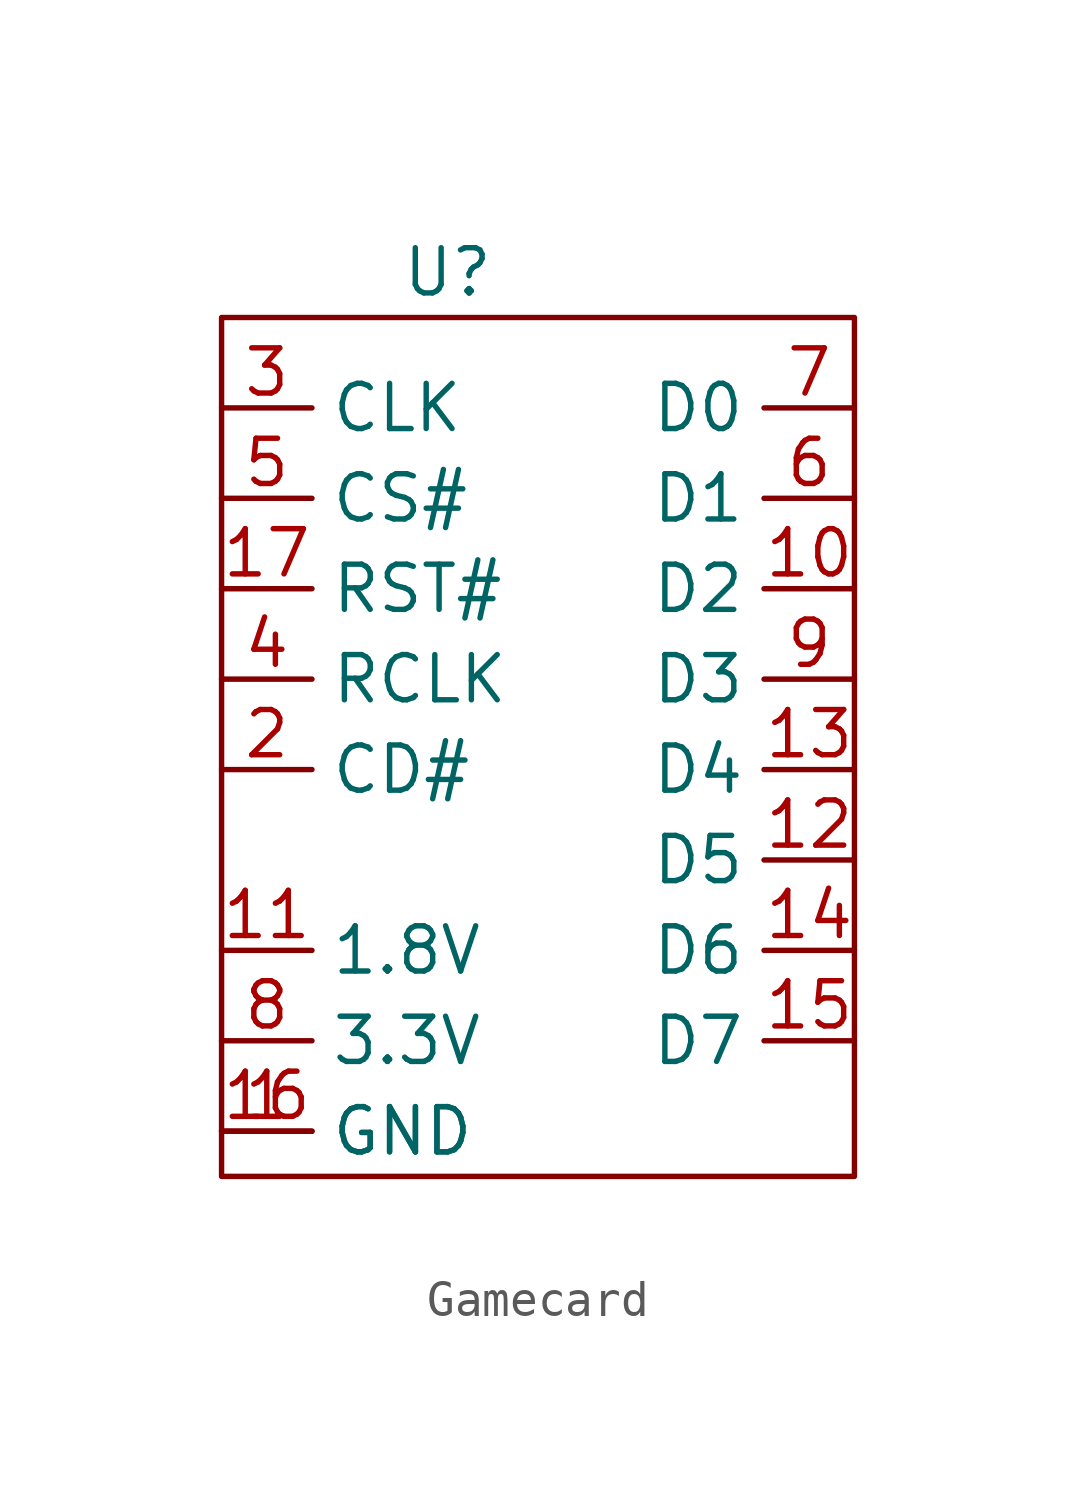
<source format=kicad_sym>
(kicad_symbol_lib
  (version 20220914)
  (generator kicad_symbol_editor)
  (symbol "Gamecard"
    (property "Reference" "U"
      (at -2.54 11.43 0)
      (effects (font (size 1.27 1.27))))
    (symbol "Gamecard_0_1"
      (rectangle (start -8.89 10.16) (end 8.89 -13.97) (stroke (width 0) (type default)) (fill (type none))))
    (symbol "Gamecard_1_1"
      (pin passive line (at -8.89 -12.7 0) (length 2.54) (name "GND" (effects (font (size 1.27 1.27)))) (number "1" (effects (font (size 1.27 1.27)))))
      (pin bidirectional line (at 8.89 2.54 180) (length 2.54) (name "D2" (effects (font (size 1.27 1.27)))) (number "10" (effects (font (size 1.27 1.27)))))
      (pin power_out line (at -8.89 -7.62 0) (length 2.54) (name "1.8V" (effects (font (size 1.27 1.27)))) (number "11" (effects (font (size 1.27 1.27)))))
      (pin bidirectional line (at 8.89 -5.08 180) (length 2.54) (name "D5" (effects (font (size 1.27 1.27)))) (number "12" (effects (font (size 1.27 1.27)))))
      (pin bidirectional line (at 8.89 -2.54 180) (length 2.54) (name "D4" (effects (font (size 1.27 1.27)))) (number "13" (effects (font (size 1.27 1.27)))))
      (pin bidirectional line (at 8.89 -7.62 180) (length 2.54) (name "D6" (effects (font (size 1.27 1.27)))) (number "14" (effects (font (size 1.27 1.27)))))
      (pin bidirectional line (at 8.89 -10.16 180) (length 2.54) (name "D7" (effects (font (size 1.27 1.27)))) (number "15" (effects (font (size 1.27 1.27)))))
      (pin passive line (at -8.89 -12.7 0) (length 2.54) (name "GND" (effects (font (size 1.27 1.27)))) (number "16" (effects (font (size 1.27 1.27)))))
      (pin output line (at -8.89 2.54 0) (length 2.54) (name "RST#" (effects (font (size 1.27 1.27)))) (number "17" (effects (font (size 1.27 1.27)))))
      (pin input line (at -8.89 -2.54 0) (length 2.54) (name "CD#" (effects (font (size 1.27 1.27)))) (number "2" (effects (font (size 1.27 1.27)))))
      (pin output line (at -8.89 7.62 0) (length 2.54) (name "CLK" (effects (font (size 1.27 1.27)))) (number "3" (effects (font (size 1.27 1.27)))))
      (pin input line (at -8.89 0 0) (length 2.54) (name "RCLK" (effects (font (size 1.27 1.27)))) (number "4" (effects (font (size 1.27 1.27)))))
      (pin output line (at -8.89 5.08 0) (length 2.54) (name "CS#" (effects (font (size 1.27 1.27)))) (number "5" (effects (font (size 1.27 1.27)))))
      (pin bidirectional line (at 8.89 5.08 180) (length 2.54) (name "D1" (effects (font (size 1.27 1.27)))) (number "6" (effects (font (size 1.27 1.27)))))
      (pin bidirectional line (at 8.89 7.62 180) (length 2.54) (name "D0" (effects (font (size 1.27 1.27)))) (number "7" (effects (font (size 1.27 1.27)))))
      (pin power_out line (at -8.89 -10.16 0) (length 2.54) (name "3.3V" (effects (font (size 1.27 1.27)))) (number "8" (effects (font (size 1.27 1.27)))))
      (pin bidirectional line (at 8.89 0 180) (length 2.54) (name "D3" (effects (font (size 1.27 1.27)))) (number "9" (effects (font (size 1.27 1.27))))))))
</source>
